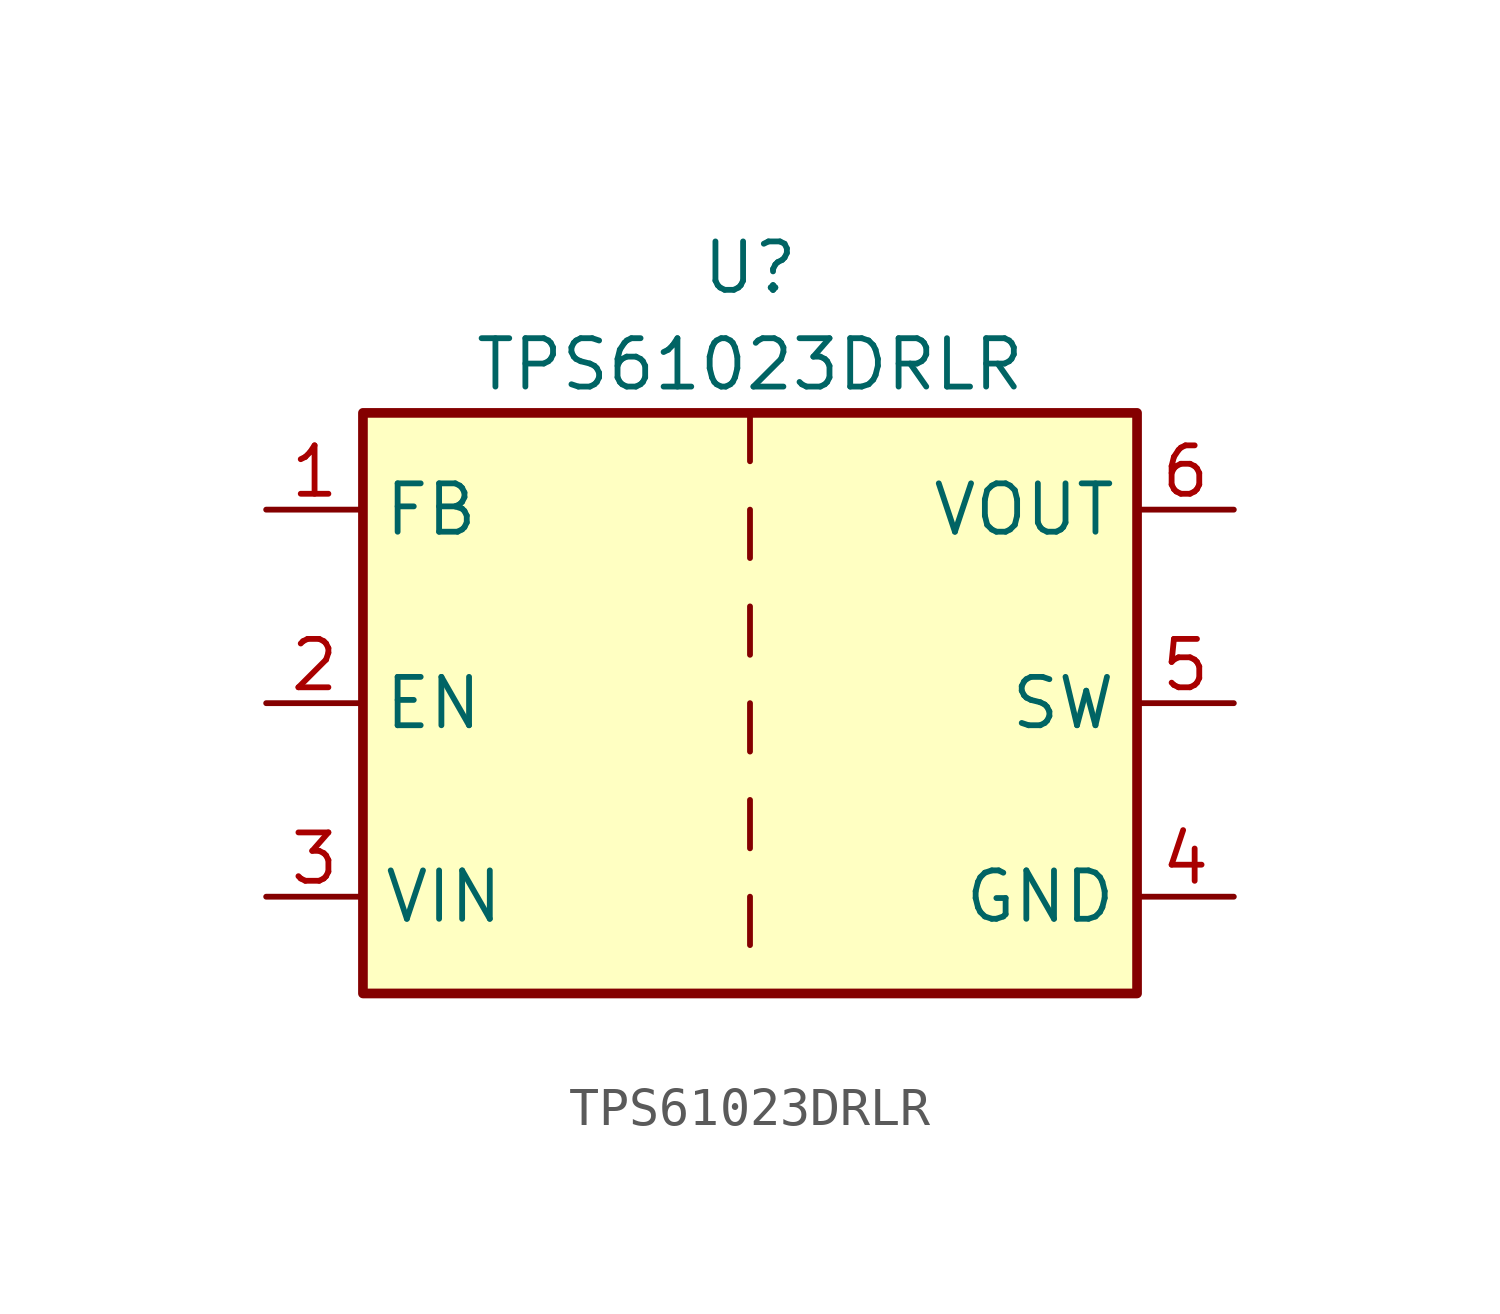
<source format=kicad_sym>
(kicad_symbol_lib
  (version 20241209)
  (generator "kicad_symbol_editor")
  (generator_version "9.0")
  (symbol "TPS61023DRLR"
    (property "Reference" "U"
      (at 0 11.43 0)
      (effects (font (size 1.27 1.27))))
    (property "Value" "TPS61023DRLR"
      (at 0 8.89 0)
      (effects (font (size 1.27 1.27))))
    (symbol "TPS61023DRLR_0_1"
      (rectangle (start -10.16 7.62) (end 10.16 -7.62) (stroke (width 0.254) (type default)) (fill (type background)))
      (polyline (pts (xy 0 7.62) (xy 0 6.35)) (stroke (width 0) (type default)) (fill (type none)))
      (polyline (pts (xy 0 5.08) (xy 0 3.81)) (stroke (width 0) (type default)) (fill (type none)))
      (polyline (pts (xy 0 2.54) (xy 0 1.27)) (stroke (width 0) (type default)) (fill (type none)))
      (polyline (pts (xy 0 0) (xy 0 -1.27)) (stroke (width 0) (type default)) (fill (type none)))
      (polyline (pts (xy 0 -2.54) (xy 0 -3.81)) (stroke (width 0) (type default)) (fill (type none)))
      (polyline (pts (xy 0 -5.08) (xy 0 -6.35)) (stroke (width 0) (type default)) (fill (type none))))
    (symbol "TPS61023DRLR_1_1"
      (pin input line (at -12.7 5.08 0) (length 2.54) (name "FB" (effects (font (size 1.27 1.27)))) (number "1" (effects (font (size 1.27 1.27)))))
      (pin input line (at -12.7 0 0) (length 2.54) (name "EN" (effects (font (size 1.27 1.27)))) (number "2" (effects (font (size 1.27 1.27)))))
      (pin power_in line (at -12.7 -5.08 0) (length 2.54) (name "VIN" (effects (font (size 1.27 1.27)))) (number "3" (effects (font (size 1.27 1.27)))))
      (pin power_out line (at 12.7 5.08 180) (length 2.54) (name "VOUT" (effects (font (size 1.27 1.27)))) (number "6" (effects (font (size 1.27 1.27)))))
      (pin input line (at 12.7 0 180) (length 2.54) (name "SW" (effects (font (size 1.27 1.27)))) (number "5" (effects (font (size 1.27 1.27)))))
      (pin power_in line (at 12.7 -5.08 180) (length 2.54) (name "GND" (effects (font (size 1.27 1.27)))) (number "4" (effects (font (size 1.27 1.27))))))))
</source>
